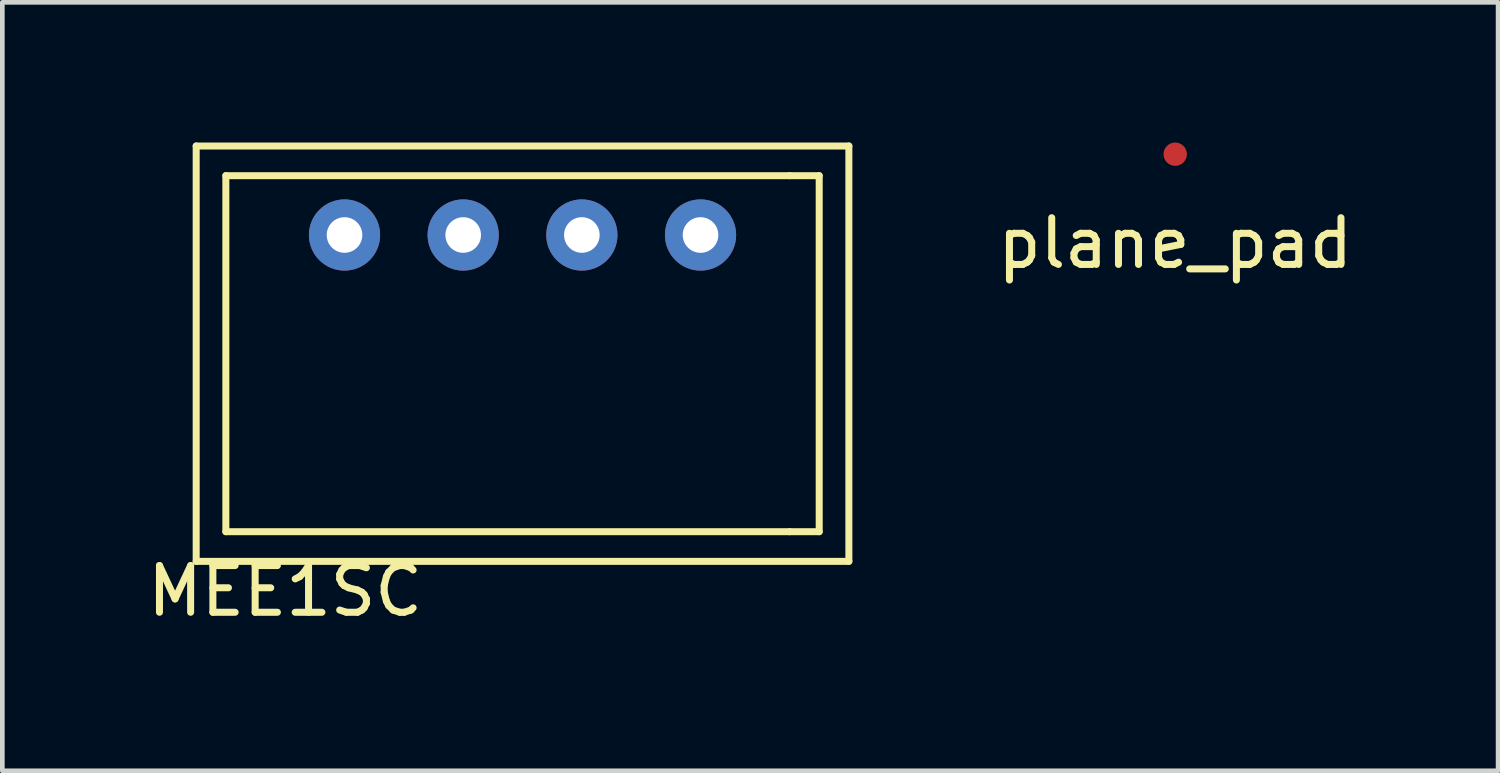
<source format=kicad_pcb>
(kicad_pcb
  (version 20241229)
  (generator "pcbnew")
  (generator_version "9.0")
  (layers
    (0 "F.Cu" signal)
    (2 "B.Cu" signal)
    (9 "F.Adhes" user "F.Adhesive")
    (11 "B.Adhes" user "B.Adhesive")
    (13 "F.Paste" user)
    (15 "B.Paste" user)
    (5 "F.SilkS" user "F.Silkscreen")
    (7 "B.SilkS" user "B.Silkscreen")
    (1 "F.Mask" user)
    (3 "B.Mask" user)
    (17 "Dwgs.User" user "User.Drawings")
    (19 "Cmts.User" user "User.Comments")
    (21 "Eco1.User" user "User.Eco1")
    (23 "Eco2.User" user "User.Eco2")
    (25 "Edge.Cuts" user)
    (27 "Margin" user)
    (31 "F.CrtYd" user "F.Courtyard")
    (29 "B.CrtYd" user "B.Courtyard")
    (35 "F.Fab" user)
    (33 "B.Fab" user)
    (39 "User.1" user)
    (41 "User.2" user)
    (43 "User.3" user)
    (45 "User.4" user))
  (footprint "plane_pad"
    (layer "F.Cu")
    (at 22.104 0.25)
    (property "Reference" "plane_pad" (at 0 1.905 0) (layer "F.SilkS") (effects (font (size 1 1) (thickness 0.15))))
    (attr through_hole)
    (pad "1" smd circle (at 0 0) (size 0.5 0.5) (layers "F.Cu" "F.Mask" "F.Paste")))
  (footprint "MEE1SC"
    (layer "F.Cu")
    (at 8.134 4.52)
    (property "Reference" "MEE1SC" (at -5.08 5.08 0) (layer "F.SilkS") (effects (font (size 1 1) (thickness 0.15))))
    (attr through_hole)
    (fp_line (start -6.985 -4.445) (end 6.985 -4.445) (stroke (width 0.15) (type solid)) (layer "F.SilkS"))
    (fp_line (start -6.985 4.445) (end -6.985 -4.445) (stroke (width 0.15) (type solid)) (layer "F.SilkS"))
    (fp_line (start -6.35 -3.81) (end 5.715 -3.81) (stroke (width 0.15) (type solid)) (layer "F.SilkS"))
    (fp_line (start -6.35 3.81) (end -6.35 -3.81) (stroke (width 0.15) (type solid)) (layer "F.SilkS"))
    (fp_line (start 5.715 -3.81) (end 6.35 -3.81) (stroke (width 0.15) (type solid)) (layer "F.SilkS"))
    (fp_line (start 5.715 3.81) (end -6.35 3.81) (stroke (width 0.15) (type solid)) (layer "F.SilkS"))
    (fp_line (start 6.35 -3.81) (end 6.35 3.81) (stroke (width 0.15) (type solid)) (layer "F.SilkS"))
    (fp_line (start 6.35 3.81) (end 5.715 3.81) (stroke (width 0.15) (type solid)) (layer "F.SilkS"))
    (fp_line (start 6.985 -4.445) (end 6.985 4.445) (stroke (width 0.15) (type solid)) (layer "F.SilkS"))
    (fp_line (start 6.985 4.445) (end -6.985 4.445) (stroke (width 0.15) (type solid)) (layer "F.SilkS"))
    (pad "1" thru_hole circle (at 3.81 -2.54) (size 1.524 1.524) (drill 0.762) (layers "*.Cu" "*.Mask"))
    (pad "2" thru_hole circle (at 1.27 -2.54) (size 1.524 1.524) (drill 0.762) (layers "*.Cu" "*.Mask"))
    (pad "3" thru_hole circle (at -1.27 -2.54) (size 1.524 1.524) (drill 0.762) (layers "*.Cu" "*.Mask"))
    (pad "4" thru_hole circle (at -3.81 -2.54) (size 1.524 1.524) (drill 0.762) (layers "*.Cu" "*.Mask")))
  (gr_rect
    (start -3 -3)
    (end 29.015 13.448)
    (stroke (width 0.1) (type default))
    (fill no)
    (layer "Edge.Cuts")))
</source>
